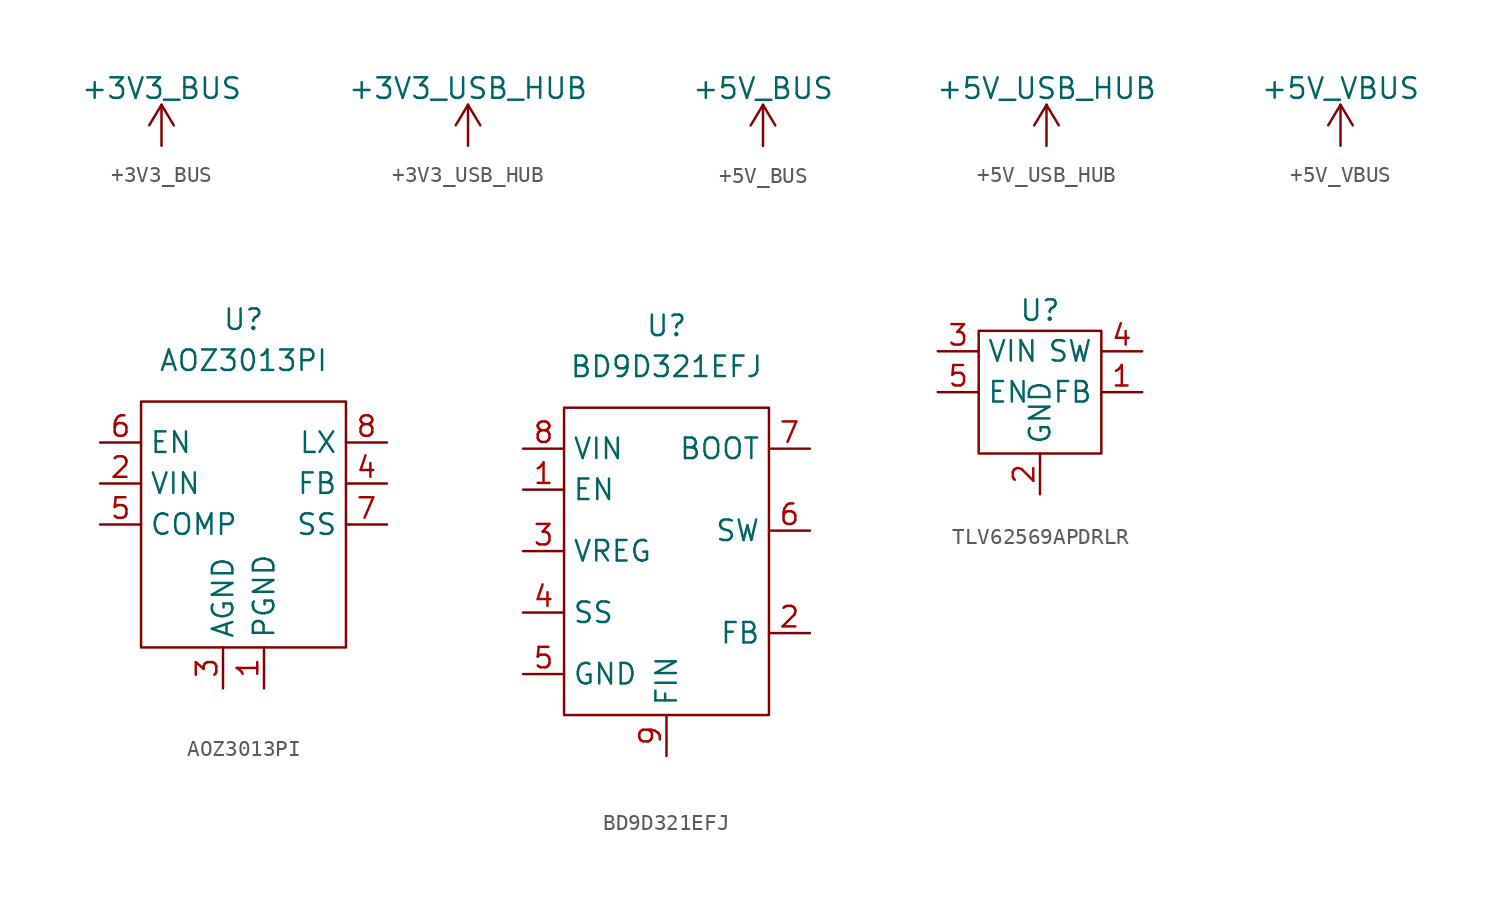
<source format=kicad_sym>
(kicad_symbol_lib
  (version 20220914)
  (generator kicad_symbol_editor)
  (symbol "+3V3_BUS"
    (power)
    (pin_names
      (offset 0))
    (property "Reference" "#PWR"
      (at 0 -3.81 0)
      (effects (font (size 1.27 1.27)) hide))
    (property "Value" "+3V3_BUS"
      (at 0 3.556 0)
      (effects (font (size 1.27 1.27))))
    (symbol "+3V3_BUS_0_1"
      (polyline (pts (xy -0.762 1.27) (xy 0 2.54)) (stroke (width 0) (type default)) (fill (type none)))
      (polyline (pts (xy 0 0) (xy 0 2.54)) (stroke (width 0) (type default)) (fill (type none)))
      (polyline (pts (xy 0 2.54) (xy 0.762 1.27)) (stroke (width 0) (type default)) (fill (type none))))
    (symbol "+3V3_BUS_1_1"
      (pin power_in line (at 0 0 90) (length 0) hide (name "+3V3_BUS" (effects (font (size 1.27 1.27)))) (number "1" (effects (font (size 1.27 1.27)))))))
  (symbol "+3V3_USB_HUB"
    (power)
    (pin_names
      (offset 0))
    (property "Reference" "#PWR"
      (at 0 -3.81 0)
      (effects (font (size 1.27 1.27)) hide))
    (property "Value" "+3V3_USB_HUB"
      (at 0 3.556 0)
      (effects (font (size 1.27 1.27))))
    (symbol "+3V3_USB_HUB_0_1"
      (polyline (pts (xy -0.762 1.27) (xy 0 2.54)) (stroke (width 0) (type default)) (fill (type none)))
      (polyline (pts (xy 0 0) (xy 0 2.54)) (stroke (width 0) (type default)) (fill (type none)))
      (polyline (pts (xy 0 2.54) (xy 0.762 1.27)) (stroke (width 0) (type default)) (fill (type none))))
    (symbol "+3V3_USB_HUB_1_1"
      (pin power_in line (at 0 0 90) (length 0) hide (name "+3V3_USB_HUB" (effects (font (size 1.27 1.27)))) (number "1" (effects (font (size 1.27 1.27)))))))
  (symbol "+5V_BUS"
    (power)
    (pin_names
      (offset 0))
    (property "Reference" "#PWR"
      (at 0 -3.81 0)
      (effects (font (size 1.27 1.27)) hide))
    (property "Value" "+5V_BUS"
      (at 0 3.556 0)
      (effects (font (size 1.27 1.27))))
    (symbol "+5V_BUS_0_1"
      (polyline (pts (xy -0.762 1.27) (xy 0 2.54)) (stroke (width 0) (type default)) (fill (type none)))
      (polyline (pts (xy 0 0) (xy 0 2.54)) (stroke (width 0) (type default)) (fill (type none)))
      (polyline (pts (xy 0 2.54) (xy 0.762 1.27)) (stroke (width 0) (type default)) (fill (type none))))
    (symbol "+5V_BUS_1_1"
      (pin power_in line (at 0 0 90) (length 0) hide (name "+5V_BUS" (effects (font (size 1.27 1.27)))) (number "1" (effects (font (size 1.27 1.27)))))))
  (symbol "+5V_USB_HUB"
    (power)
    (pin_names
      (offset 0))
    (property "Reference" "#PWR"
      (at 0 -3.81 0)
      (effects (font (size 1.27 1.27)) hide))
    (property "Value" "+5V_USB_HUB"
      (at 0 3.556 0)
      (effects (font (size 1.27 1.27))))
    (symbol "+5V_USB_HUB_0_1"
      (polyline (pts (xy -0.762 1.27) (xy 0 2.54)) (stroke (width 0) (type default)) (fill (type none)))
      (polyline (pts (xy 0 0) (xy 0 2.54)) (stroke (width 0) (type default)) (fill (type none)))
      (polyline (pts (xy 0 2.54) (xy 0.762 1.27)) (stroke (width 0) (type default)) (fill (type none))))
    (symbol "+5V_USB_HUB_1_1"
      (pin power_in line (at 0 0 90) (length 0) hide (name "+5V_USB_HUB" (effects (font (size 1.27 1.27)))) (number "1" (effects (font (size 1.27 1.27)))))))
  (symbol "+5V_VBUS"
    (power)
    (pin_names
      (offset 0))
    (property "Reference" "#PWR"
      (at 0 -3.81 0)
      (effects (font (size 1.27 1.27)) hide))
    (property "Value" "+5V_VBUS"
      (at 0 3.556 0)
      (effects (font (size 1.27 1.27))))
    (symbol "+5V_VBUS_0_1"
      (polyline (pts (xy -0.762 1.27) (xy 0 2.54)) (stroke (width 0) (type default)) (fill (type none)))
      (polyline (pts (xy 0 0) (xy 0 2.54)) (stroke (width 0) (type default)) (fill (type none)))
      (polyline (pts (xy 0 2.54) (xy 0.762 1.27)) (stroke (width 0) (type default)) (fill (type none))))
    (symbol "+5V_VBUS_1_1"
      (pin power_in line (at 0 0 90) (length 0) hide (name "+5V_VBUS" (effects (font (size 1.27 1.27)))) (number "1" (effects (font (size 1.27 1.27)))))))
  (symbol "AOZ3013PI"
    (property "Reference" "U"
      (at 0 0 0)
      (effects (font (size 1.27 1.27))))
    (property "Value" "AOZ3013PI"
      (at 0 -2.54 0)
      (effects (font (size 1.27 1.27))))
    (symbol "AOZ3013PI_0_1"
      (rectangle (start -6.35 -5.08) (end 6.35 -20.32) (stroke (width 0) (type default)) (fill (type none))))
    (symbol "AOZ3013PI_1_1"
      (pin power_out line (at 1.27 -22.86 90) (length 2.54) (name "PGND" (effects (font (size 1.27 1.27)))) (number "1" (effects (font (size 1.27 1.27)))))
      (pin power_in line (at -8.89 -10.16 0) (length 2.54) (name "VIN" (effects (font (size 1.27 1.27)))) (number "2" (effects (font (size 1.27 1.27)))))
      (pin power_in line (at -1.27 -22.86 90) (length 2.54) (name "AGND" (effects (font (size 1.27 1.27)))) (number "3" (effects (font (size 1.27 1.27)))))
      (pin input line (at 8.89 -10.16 180) (length 2.54) (name "FB" (effects (font (size 1.27 1.27)))) (number "4" (effects (font (size 1.27 1.27)))))
      (pin input line (at -8.89 -12.7 0) (length 2.54) (name "COMP" (effects (font (size 1.27 1.27)))) (number "5" (effects (font (size 1.27 1.27)))))
      (pin input line (at -8.89 -7.62 0) (length 2.54) (name "EN" (effects (font (size 1.27 1.27)))) (number "6" (effects (font (size 1.27 1.27)))))
      (pin input line (at 8.89 -12.7 180) (length 2.54) (name "SS" (effects (font (size 1.27 1.27)))) (number "7" (effects (font (size 1.27 1.27)))))
      (pin power_out line (at 8.89 -7.62 180) (length 2.54) (name "LX" (effects (font (size 1.27 1.27)))) (number "8" (effects (font (size 1.27 1.27)))))))
  (symbol "BD9D321EFJ"
    (property "Reference" "U"
      (at 0 0 0)
      (effects (font (size 1.27 1.27))))
    (property "Value" "BD9D321EFJ"
      (at 0 -2.54 0)
      (effects (font (size 1.27 1.27))))
    (symbol "BD9D321EFJ_0_1"
      (rectangle (start -6.35 -5.08) (end 6.35 -24.13) (stroke (width 0) (type default)) (fill (type none))))
    (symbol "BD9D321EFJ_1_1"
      (pin input line (at -8.89 -10.16 0) (length 2.54) (name "EN" (effects (font (size 1.27 1.27)))) (number "1" (effects (font (size 1.27 1.27)))))
      (pin input line (at 8.89 -19.05 180) (length 2.54) (name "FB" (effects (font (size 1.27 1.27)))) (number "2" (effects (font (size 1.27 1.27)))))
      (pin input line (at -8.89 -13.97 0) (length 2.54) (name "VREG" (effects (font (size 1.27 1.27)))) (number "3" (effects (font (size 1.27 1.27)))))
      (pin input line (at -8.89 -17.78 0) (length 2.54) (name "SS" (effects (font (size 1.27 1.27)))) (number "4" (effects (font (size 1.27 1.27)))))
      (pin power_in line (at -8.89 -21.59 0) (length 2.54) (name "GND" (effects (font (size 1.27 1.27)))) (number "5" (effects (font (size 1.27 1.27)))))
      (pin power_out line (at 8.89 -12.7 180) (length 2.54) (name "SW" (effects (font (size 1.27 1.27)))) (number "6" (effects (font (size 1.27 1.27)))))
      (pin input line (at 8.89 -7.62 180) (length 2.54) (name "BOOT" (effects (font (size 1.27 1.27)))) (number "7" (effects (font (size 1.27 1.27)))))
      (pin power_in line (at -8.89 -7.62 0) (length 2.54) (name "VIN" (effects (font (size 1.27 1.27)))) (number "8" (effects (font (size 1.27 1.27)))))
      (pin power_in line (at 0 -26.67 90) (length 2.54) (name "FIN" (effects (font (size 1.27 1.27)))) (number "9" (effects (font (size 1.27 1.27)))))))
  (symbol "TLV62569APDRLR"
    (property "Reference" "U"
      (at 0 -1.27 0)
      (effects (font (size 1.27 1.27))))
    (property "Value" ""
      (at 0 0 0)
      (effects (font (size 1.27 1.27))))
    (symbol "TLV62569APDRLR_0_1"
      (rectangle (start -3.81 -2.54) (end 3.81 -10.16) (stroke (width 0) (type default)) (fill (type none))))
    (symbol "TLV62569APDRLR_1_1"
      (pin input line (at 6.35 -6.35 180) (length 2.54) (name "FB" (effects (font (size 1.27 1.27)))) (number "1" (effects (font (size 1.27 1.27)))))
      (pin power_in line (at 0 -12.7 90) (length 2.54) (name "GND" (effects (font (size 1.27 1.27)))) (number "2" (effects (font (size 1.27 1.27)))))
      (pin power_in line (at -6.35 -3.81 0) (length 2.54) (name "VIN" (effects (font (size 1.27 1.27)))) (number "3" (effects (font (size 1.27 1.27)))))
      (pin output line (at 6.35 -3.81 180) (length 2.54) (name "SW" (effects (font (size 1.27 1.27)))) (number "4" (effects (font (size 1.27 1.27)))))
      (pin input line (at -6.35 -6.35 0) (length 2.54) (name "EN" (effects (font (size 1.27 1.27)))) (number "5" (effects (font (size 1.27 1.27))))))))
</source>
